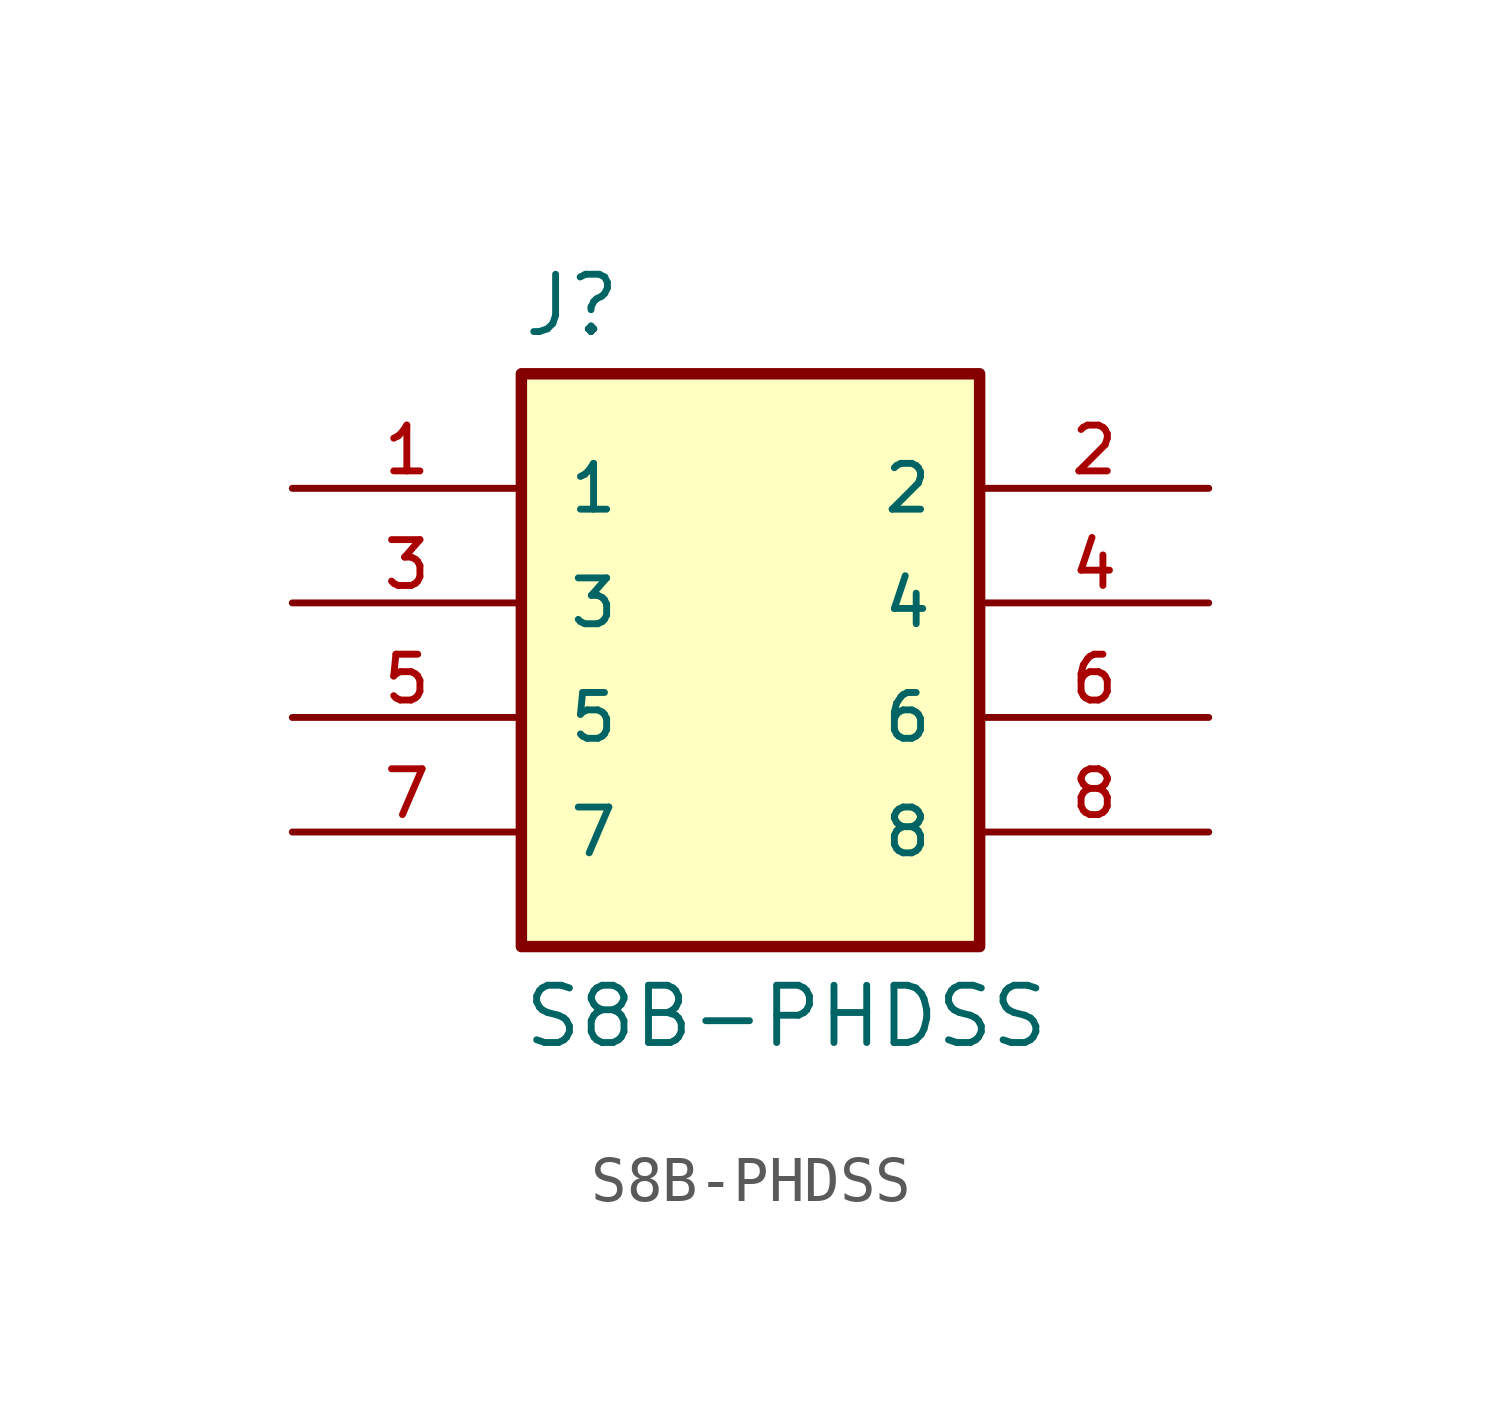
<source format=kicad_sym>
(kicad_symbol_lib
  (version 20211014)
  (generator kicad_symbol_editor)
  (symbol "S8B-PHDSS"
    (pin_names
      (offset 1.016))
    (property "Reference" "J"
      (at -5.087 8.393 0)
      (effects (font (size 1.27 1.27)) (justify bottom left)))
    (property "Value" "S8B-PHDSS"
      (at -5.083 -7.371 0)
      (effects (font (size 1.27 1.27)) (justify bottom left)))
    (symbol "S8B-PHDSS_0_0"
      (rectangle (start -5.08 -5.08) (end 5.08 7.62) (stroke (width 0.254)) (fill (type background)))
      (pin passive line (at -10.16 5.08 0) (length 5.08) (name "1" (effects (font (size 1.016 1.016)))) (number "1" (effects (font (size 1.016 1.016)))))
      (pin passive line (at 10.16 5.08 180.0) (length 5.08) (name "2" (effects (font (size 1.016 1.016)))) (number "2" (effects (font (size 1.016 1.016)))))
      (pin passive line (at -10.16 2.54 0) (length 5.08) (name "3" (effects (font (size 1.016 1.016)))) (number "3" (effects (font (size 1.016 1.016)))))
      (pin passive line (at 10.16 2.54 180.0) (length 5.08) (name "4" (effects (font (size 1.016 1.016)))) (number "4" (effects (font (size 1.016 1.016)))))
      (pin passive line (at -10.16 0.0 0) (length 5.08) (name "5" (effects (font (size 1.016 1.016)))) (number "5" (effects (font (size 1.016 1.016)))))
      (pin passive line (at 10.16 0.0 180.0) (length 5.08) (name "6" (effects (font (size 1.016 1.016)))) (number "6" (effects (font (size 1.016 1.016)))))
      (pin passive line (at -10.16 -2.54 0) (length 5.08) (name "7" (effects (font (size 1.016 1.016)))) (number "7" (effects (font (size 1.016 1.016)))))
      (pin passive line (at 10.16 -2.54 180.0) (length 5.08) (name "8" (effects (font (size 1.016 1.016)))) (number "8" (effects (font (size 1.016 1.016))))))))
</source>
